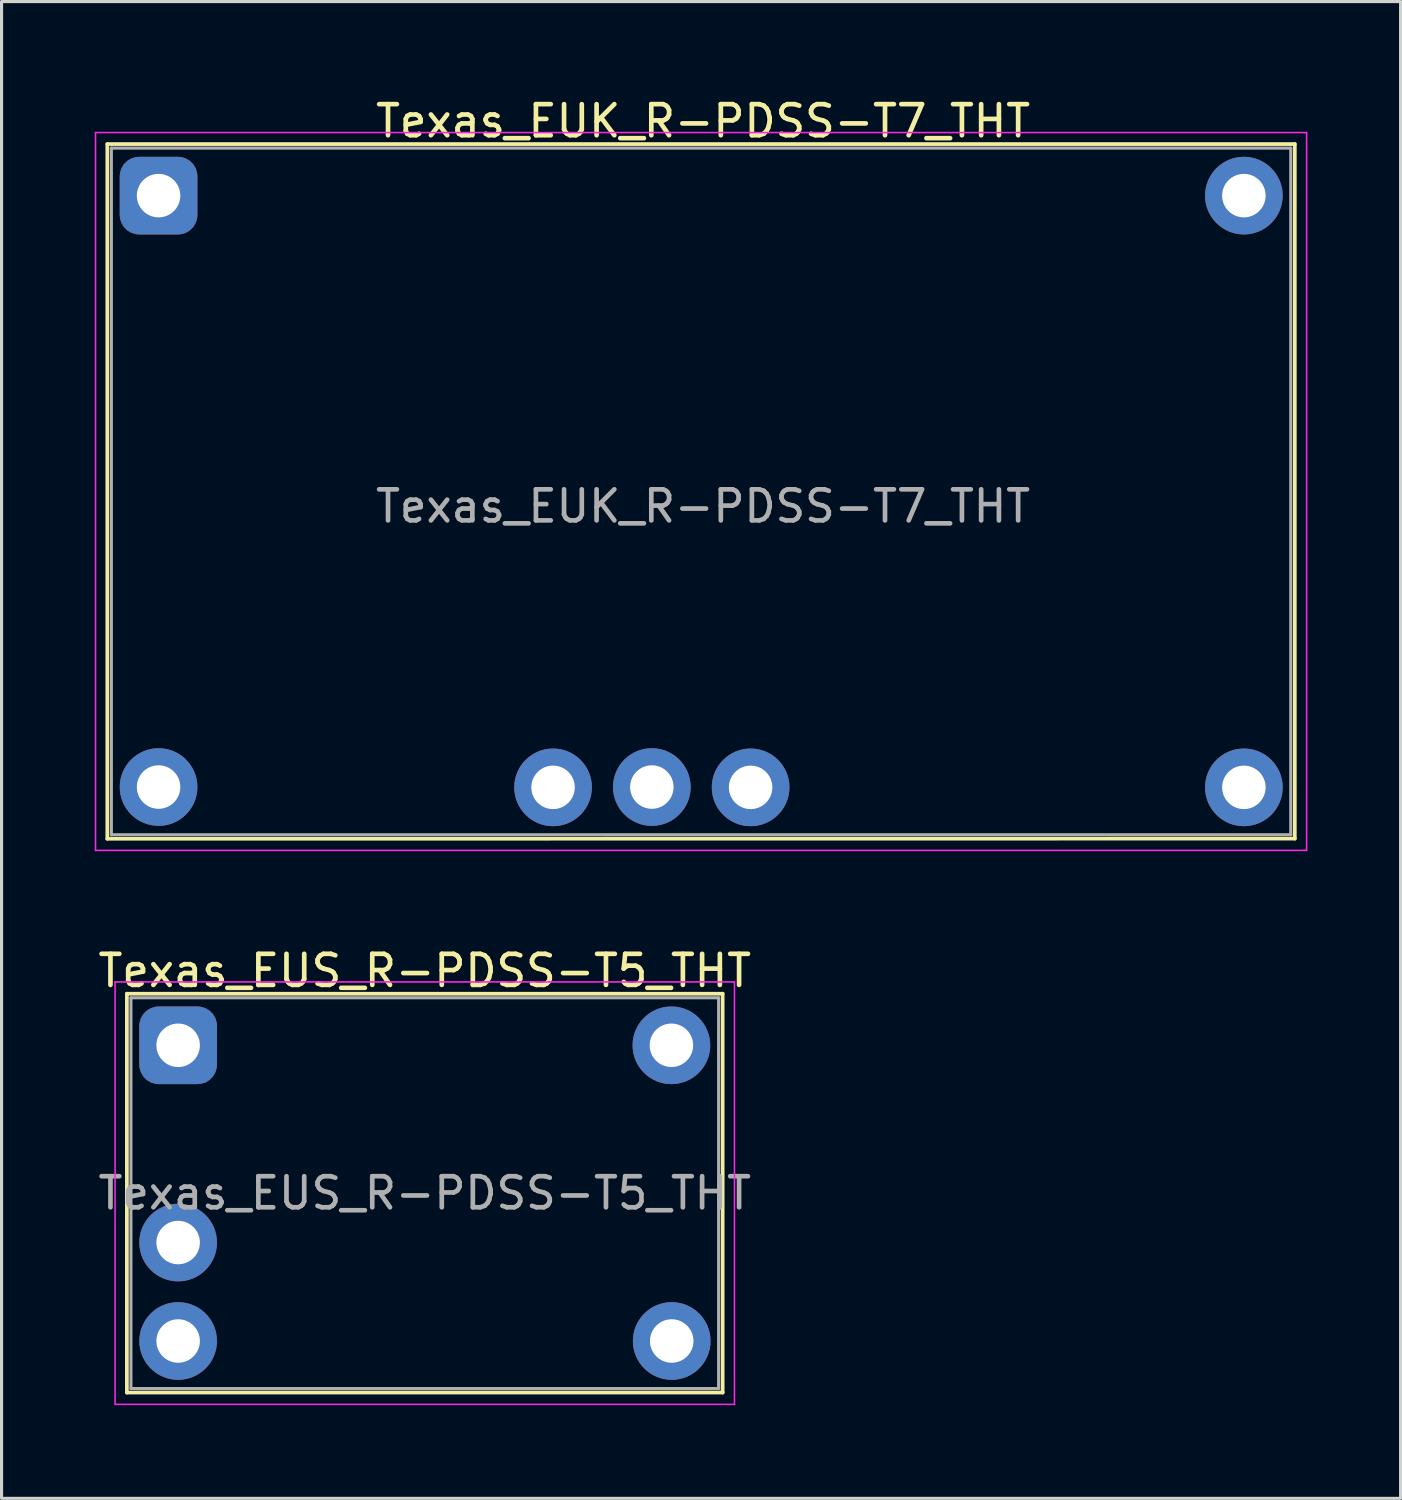
<source format=kicad_pcb>
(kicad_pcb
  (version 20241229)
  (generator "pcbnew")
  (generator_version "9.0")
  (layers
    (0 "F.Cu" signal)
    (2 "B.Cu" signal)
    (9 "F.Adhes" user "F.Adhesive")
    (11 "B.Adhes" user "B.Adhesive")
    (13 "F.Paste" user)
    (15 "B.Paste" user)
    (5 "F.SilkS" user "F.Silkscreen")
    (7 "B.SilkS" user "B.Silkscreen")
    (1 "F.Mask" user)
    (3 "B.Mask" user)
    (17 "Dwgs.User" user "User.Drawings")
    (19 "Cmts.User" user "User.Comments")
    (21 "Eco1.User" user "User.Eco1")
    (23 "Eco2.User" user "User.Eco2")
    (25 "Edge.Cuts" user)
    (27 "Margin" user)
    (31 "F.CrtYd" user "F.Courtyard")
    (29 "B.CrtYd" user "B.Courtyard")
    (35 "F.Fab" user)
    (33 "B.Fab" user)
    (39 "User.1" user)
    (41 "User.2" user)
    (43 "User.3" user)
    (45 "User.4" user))
  (footprint "Texas_EUK_R-PDSS-T7_THT"
    (layer "F.Cu")
    (at 2.055 3.248)
    (property "Reference" "Texas_EUK_R-PDSS-T7_THT" (at 17.53 -2.4 0) (layer "F.SilkS") (effects (font (size 1 1) (thickness 0.15))))
    (attr through_hole)
    (fp_line (start -1.65 -1.66) (end -1.65 20.705) (stroke (width 0.12) (type solid)) (layer "F.SilkS"))
    (fp_line (start -1.65 -1.66) (end 36.58 -1.66) (stroke (width 0.12) (type solid)) (layer "F.SilkS"))
    (fp_line (start -1.65 20.705) (end 36.58 20.7) (stroke (width 0.12) (type solid)) (layer "F.SilkS"))
    (fp_line (start 36.58 -1.66) (end 36.58 20.7) (stroke (width 0.12) (type solid)) (layer "F.SilkS"))
    (fp_line (start -2.03 21.08) (end -2.03 -2.03) (stroke (width 0.05) (type solid)) (layer "F.CrtYd"))
    (fp_line (start -2.03 21.08) (end 36.96 21.08) (stroke (width 0.05) (type solid)) (layer "F.CrtYd"))
    (fp_line (start 36.96 -2.03) (end -2.03 -2.03) (stroke (width 0.05) (type solid)) (layer "F.CrtYd"))
    (fp_line (start 36.96 -2.03) (end 36.96 21.08) (stroke (width 0.05) (type solid)) (layer "F.CrtYd"))
    (fp_line (start -1.52 20.575) (end -1.52 -1.53) (stroke (width 0.1) (type solid)) (layer "F.Fab"))
    (fp_line (start 36.45 -1.53) (end -1.52 -1.53) (stroke (width 0.1) (type solid)) (layer "F.Fab"))
    (fp_line (start 36.45 20.575) (end -1.52 20.575) (stroke (width 0.1) (type solid)) (layer "F.Fab"))
    (fp_line (start 36.45 20.575) (end 36.45 -1.53) (stroke (width 0.1) (type solid)) (layer "F.Fab"))
    (fp_text user "${REFERENCE}" (at 17.53 10 0) (layer "F.Fab") (effects (font (size 1 1) (thickness 0.15))))
    (pad "1" thru_hole roundrect (at 0 0) (size 2.5 2.5) (drill 1.4) (layers "*.Cu" "*.Mask") (roundrect_rratio 0.25))
    (pad "2" thru_hole circle (at 0 19.04) (size 2.5 2.5) (drill 1.4) (layers "*.Cu" "*.Mask"))
    (pad "3" thru_hole circle (at 12.7 19.05) (size 2.5 2.5) (drill 1.4) (layers "*.Cu" "*.Mask"))
    (pad "4" thru_hole circle (at 15.88 19.04) (size 2.5 2.5) (drill 1.4) (layers "*.Cu" "*.Mask"))
    (pad "5" thru_hole circle (at 19.06 19.05) (size 2.5 2.5) (drill 1.4) (layers "*.Cu" "*.Mask"))
    (pad "6" thru_hole circle (at 34.94 19.05) (size 2.5 2.5) (drill 1.4) (layers "*.Cu" "*.Mask"))
    (pad "7" thru_hole circle (at 34.94 0) (size 2.5 2.5) (drill 1.4) (layers "*.Cu" "*.Mask")))
  (footprint "Texas_EUS_R-PDSS-T5_THT"
    (layer "F.Cu")
    (at 2.685 30.602)
    (property "Reference" "Texas_EUS_R-PDSS-T5_THT" (at 7.94 -2.4 0) (layer "F.SilkS") (effects (font (size 1 1) (thickness 0.15))))
    (attr through_hole)
    (fp_line (start -1.65 -1.66) (end -1.65 11.18) (stroke (width 0.12) (type solid)) (layer "F.SilkS"))
    (fp_line (start -1.65 -1.66) (end 17.53 -1.66) (stroke (width 0.12) (type solid)) (layer "F.SilkS"))
    (fp_line (start -1.65 11.18) (end 17.53 11.18) (stroke (width 0.12) (type solid)) (layer "F.SilkS"))
    (fp_line (start 17.53 -1.66) (end 17.53 11.18) (stroke (width 0.12) (type solid)) (layer "F.SilkS"))
    (fp_line (start -2.03 11.56) (end -2.03 -2.04) (stroke (width 0.05) (type solid)) (layer "F.CrtYd"))
    (fp_line (start -2.03 11.56) (end 17.91 11.56) (stroke (width 0.05) (type solid)) (layer "F.CrtYd"))
    (fp_line (start 17.91 -2.04) (end -2.03 -2.04) (stroke (width 0.05) (type solid)) (layer "F.CrtYd"))
    (fp_line (start 17.91 -2.04) (end 17.91 11.56) (stroke (width 0.05) (type solid)) (layer "F.CrtYd"))
    (fp_line (start -1.52 11.05) (end -1.52 -1.53) (stroke (width 0.1) (type solid)) (layer "F.Fab"))
    (fp_line (start -1.52 11.05) (end 17.4 11.05) (stroke (width 0.1) (type solid)) (layer "F.Fab"))
    (fp_line (start 17.4 -1.53) (end -1.52 -1.53) (stroke (width 0.1) (type solid)) (layer "F.Fab"))
    (fp_line (start 17.4 -1.53) (end 17.4 11.05) (stroke (width 0.1) (type solid)) (layer "F.Fab"))
    (fp_text user "${REFERENCE}" (at 7.94 4.76 0) (layer "F.Fab") (effects (font (size 1 1) (thickness 0.15))))
    (pad "1" thru_hole roundrect (at 0 0) (size 2.5 2.5) (drill 1.4) (layers "*.Cu" "*.Mask") (roundrect_rratio 0.25))
    (pad "2" thru_hole circle (at 0 6.35) (size 2.5 2.5) (drill 1.4) (layers "*.Cu" "*.Mask"))
    (pad "3" thru_hole circle (at 0 9.52) (size 2.5 2.5) (drill 1.4) (layers "*.Cu" "*.Mask"))
    (pad "4" thru_hole circle (at 15.89 9.52) (size 2.5 2.5) (drill 1.4) (layers "*.Cu" "*.Mask"))
    (pad "5" thru_hole circle (at 15.88 0) (size 2.5 2.5) (drill 1.4) (layers "*.Cu" "*.Mask")))
  (gr_rect
    (start -3 -3)
    (end 42.04 45.187)
    (stroke (width 0.1) (type default))
    (fill no)
    (layer "Edge.Cuts")))
</source>
